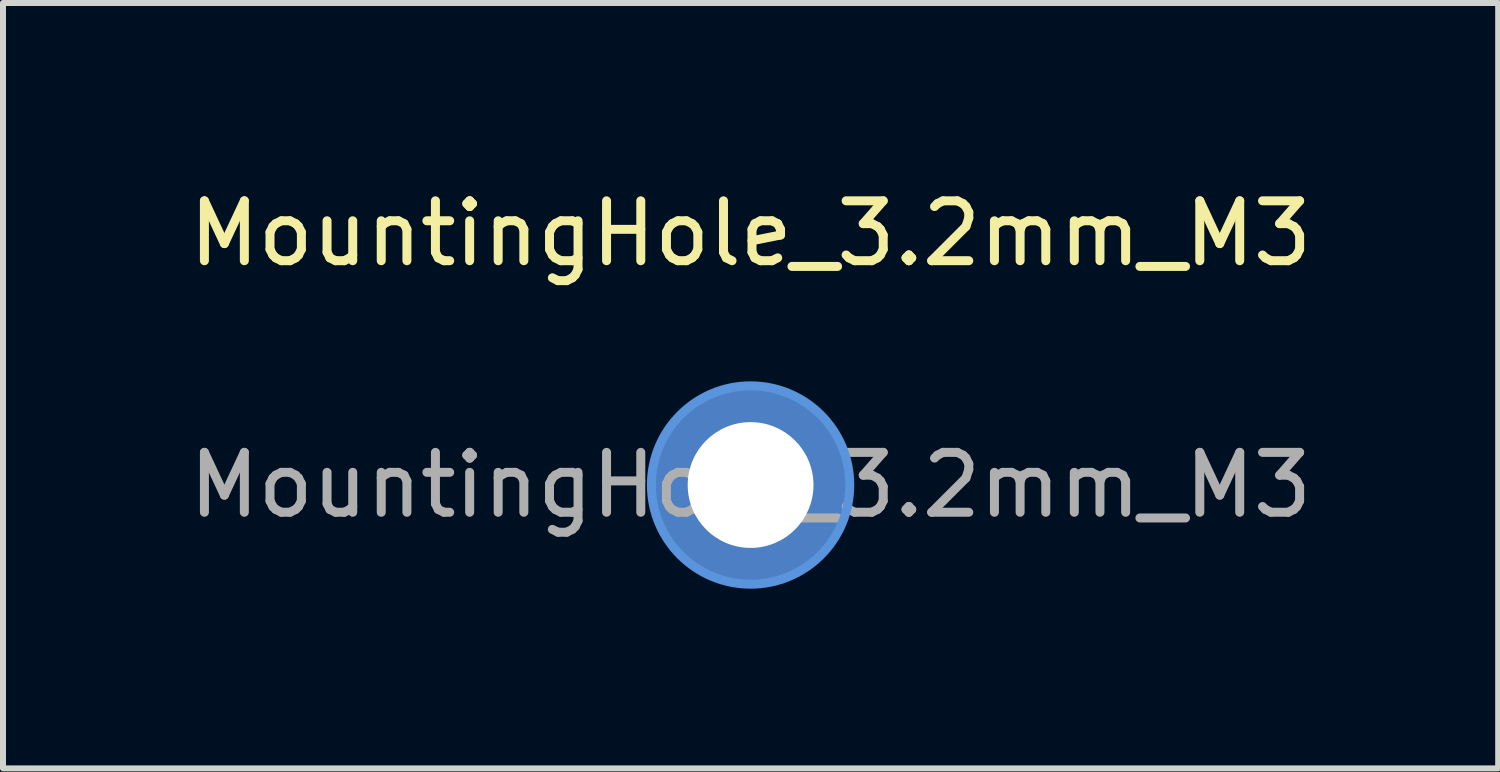
<source format=kicad_pcb>
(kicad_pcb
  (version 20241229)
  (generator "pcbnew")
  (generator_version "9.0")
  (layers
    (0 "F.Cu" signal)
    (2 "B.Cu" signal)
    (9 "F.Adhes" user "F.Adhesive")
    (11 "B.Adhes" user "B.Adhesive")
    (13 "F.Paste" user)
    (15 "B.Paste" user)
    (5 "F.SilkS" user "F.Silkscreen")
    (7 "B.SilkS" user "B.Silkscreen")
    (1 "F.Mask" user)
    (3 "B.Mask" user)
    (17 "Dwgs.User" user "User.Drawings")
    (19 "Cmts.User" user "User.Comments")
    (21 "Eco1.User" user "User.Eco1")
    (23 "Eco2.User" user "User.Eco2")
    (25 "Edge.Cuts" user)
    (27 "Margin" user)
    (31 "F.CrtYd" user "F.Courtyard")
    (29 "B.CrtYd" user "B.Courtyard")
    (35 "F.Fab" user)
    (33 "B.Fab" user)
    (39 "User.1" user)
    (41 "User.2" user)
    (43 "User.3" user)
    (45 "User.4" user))
  (footprint "MountingHole_3.2mm_M3"
    (layer "F.Cu")
    (at 9.482 5.048)
    (property "Reference" "MountingHole_3.2mm_M3" (at 0 -4.2 0) (layer "F.SilkS") (effects (font (size 1 1) (thickness 0.15))))
    (attr exclude_from_pos_files exclude_from_bom)
    (fp_circle (center 0 0) (end 1.651 0.127) (stroke (width 0.15) (type solid)) (fill no) (layer "Cmts.User"))
    (fp_circle (center 0 0) (end 1.651 0) (stroke (width 0.05) (type solid)) (fill no) (layer "F.CrtYd"))
    (fp_text user "${REFERENCE}" (at 0 0 0) (layer "F.Fab") (effects (font (size 1 1) (thickness 0.15))))
    (pad "" np_thru_hole circle (at 0 0) (size 3.2 3.2) (drill 2.1) (layers "*.Cu" "*.Mask")))
  (gr_rect
    (start -3 -3)
    (end 21.964 9.779)
    (stroke (width 0.1) (type default))
    (fill no)
    (layer "Edge.Cuts")))
</source>
